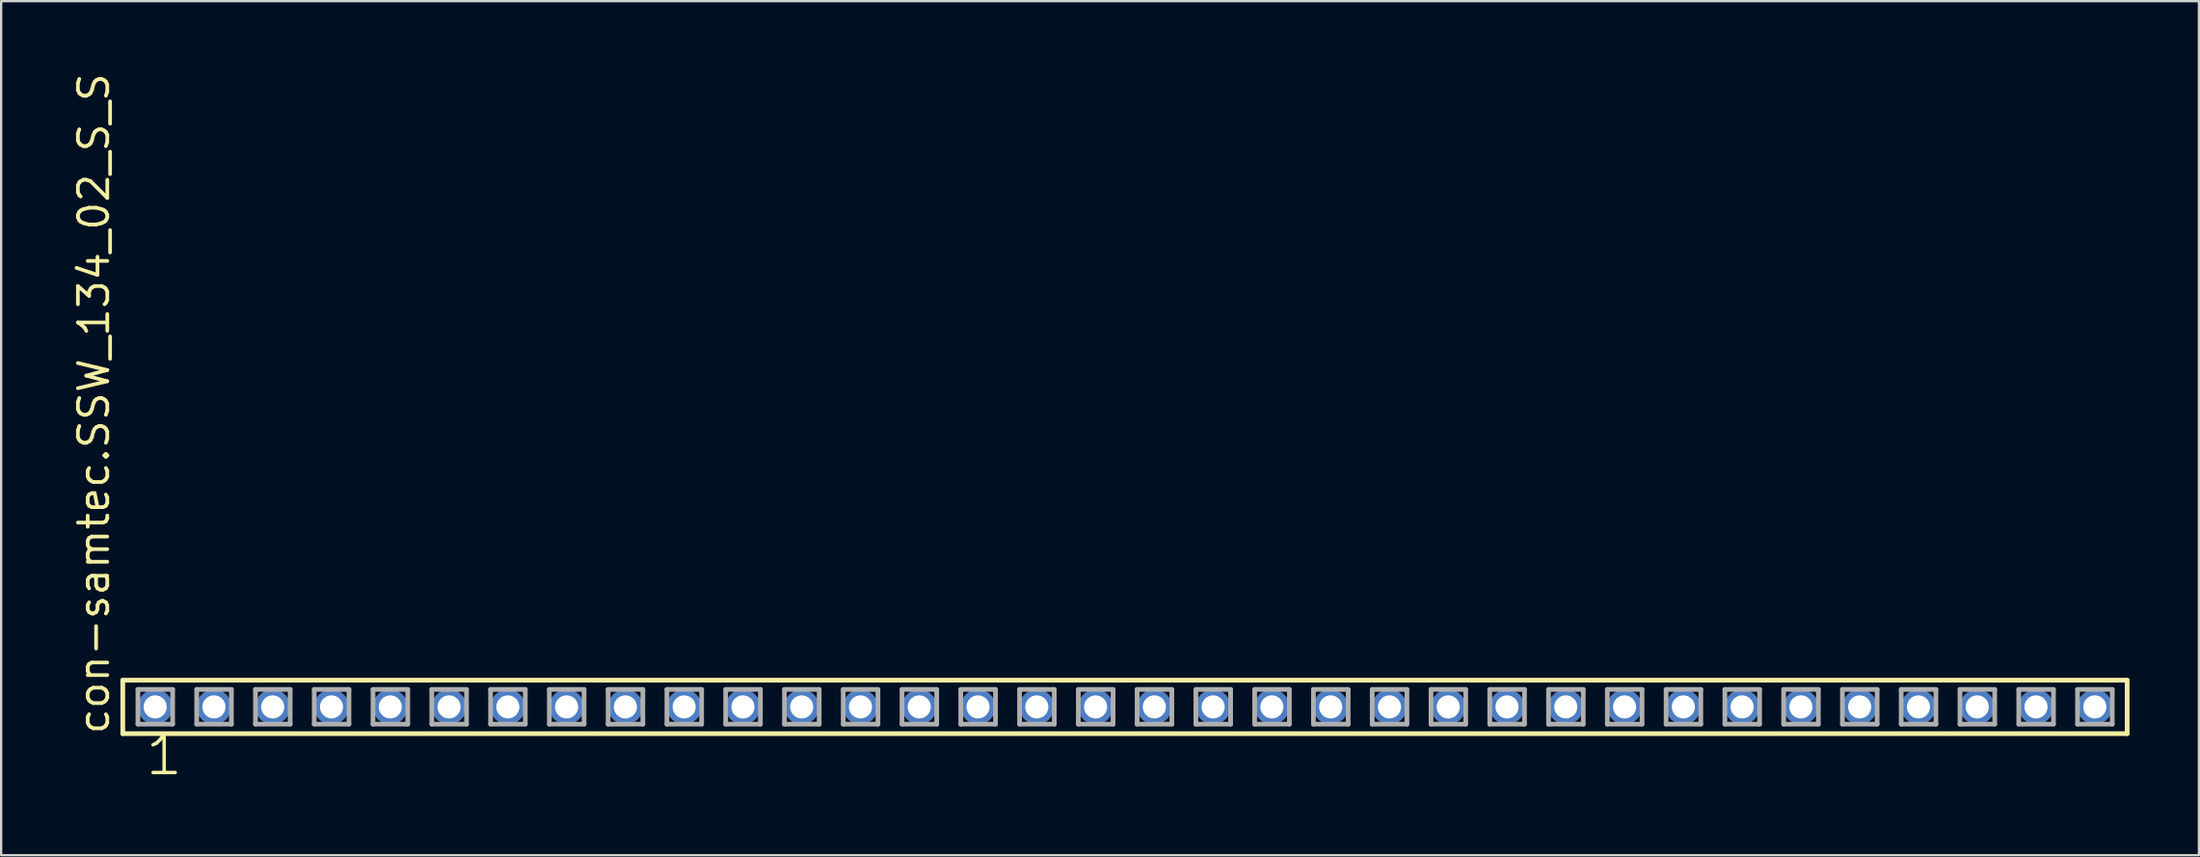
<source format=kicad_pcb>
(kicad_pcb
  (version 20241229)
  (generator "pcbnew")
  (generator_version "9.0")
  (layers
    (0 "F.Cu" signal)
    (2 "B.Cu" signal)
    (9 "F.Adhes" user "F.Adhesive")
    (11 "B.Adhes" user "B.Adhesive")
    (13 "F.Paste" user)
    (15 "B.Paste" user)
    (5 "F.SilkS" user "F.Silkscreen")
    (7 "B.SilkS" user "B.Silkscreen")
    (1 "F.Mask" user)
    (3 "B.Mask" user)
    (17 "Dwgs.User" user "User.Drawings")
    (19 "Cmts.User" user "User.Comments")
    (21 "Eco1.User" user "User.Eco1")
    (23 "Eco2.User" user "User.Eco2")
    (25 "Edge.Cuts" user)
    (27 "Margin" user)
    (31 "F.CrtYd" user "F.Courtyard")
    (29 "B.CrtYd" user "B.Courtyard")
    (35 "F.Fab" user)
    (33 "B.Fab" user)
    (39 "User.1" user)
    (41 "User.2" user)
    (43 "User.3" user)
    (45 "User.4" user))
  (footprint "con-samtec.SSW_134_02_S_S"
    (layer "F.Cu")
    (at 45.565 27.501)
    (property "Reference" "con-samtec.SSW_134_02_S_S" (at -43.815 1.27 90) (layer "F.SilkS") (effects (font (size 1.27 1.27) (thickness 0.16)) (justify left bottom)))
    (attr through_hole)
    (fp_line (start -43.309 -1.155) (end 43.309 -1.155) (stroke (width 0.203) (type default)) (layer "F.SilkS"))
    (fp_line (start -43.309 1.155) (end -43.309 -1.155) (stroke (width 0.203) (type default)) (layer "F.SilkS"))
    (fp_line (start 43.309 -1.155) (end 43.309 1.155) (stroke (width 0.203) (type default)) (layer "F.SilkS"))
    (fp_line (start 43.309 1.155) (end -43.309 1.155) (stroke (width 0.203) (type default)) (layer "F.SilkS"))
    (fp_line (start -42.655 -0.755) (end -41.155 -0.755) (stroke (width 0.203) (type default)) (layer "F.Fab"))
    (fp_line (start -42.655 0.745) (end -42.655 -0.755) (stroke (width 0.203) (type default)) (layer "F.Fab"))
    (fp_line (start -41.155 -0.755) (end -41.155 0.745) (stroke (width 0.203) (type default)) (layer "F.Fab"))
    (fp_line (start -41.155 0.745) (end -42.655 0.745) (stroke (width 0.203) (type default)) (layer "F.Fab"))
    (fp_line (start -40.115 -0.755) (end -38.615 -0.755) (stroke (width 0.203) (type default)) (layer "F.Fab"))
    (fp_line (start -40.115 0.745) (end -40.115 -0.755) (stroke (width 0.203) (type default)) (layer "F.Fab"))
    (fp_line (start -38.615 -0.755) (end -38.615 0.745) (stroke (width 0.203) (type default)) (layer "F.Fab"))
    (fp_line (start -38.615 0.745) (end -40.115 0.745) (stroke (width 0.203) (type default)) (layer "F.Fab"))
    (fp_line (start -37.575 -0.755) (end -36.075 -0.755) (stroke (width 0.203) (type default)) (layer "F.Fab"))
    (fp_line (start -37.575 0.745) (end -37.575 -0.755) (stroke (width 0.203) (type default)) (layer "F.Fab"))
    (fp_line (start -36.075 -0.755) (end -36.075 0.745) (stroke (width 0.203) (type default)) (layer "F.Fab"))
    (fp_line (start -36.075 0.745) (end -37.575 0.745) (stroke (width 0.203) (type default)) (layer "F.Fab"))
    (fp_line (start -35.035 -0.755) (end -33.535 -0.755) (stroke (width 0.203) (type default)) (layer "F.Fab"))
    (fp_line (start -35.035 0.745) (end -35.035 -0.755) (stroke (width 0.203) (type default)) (layer "F.Fab"))
    (fp_line (start -33.535 -0.755) (end -33.535 0.745) (stroke (width 0.203) (type default)) (layer "F.Fab"))
    (fp_line (start -33.535 0.745) (end -35.035 0.745) (stroke (width 0.203) (type default)) (layer "F.Fab"))
    (fp_line (start -32.495 -0.755) (end -30.995 -0.755) (stroke (width 0.203) (type default)) (layer "F.Fab"))
    (fp_line (start -32.495 0.745) (end -32.495 -0.755) (stroke (width 0.203) (type default)) (layer "F.Fab"))
    (fp_line (start -30.995 -0.755) (end -30.995 0.745) (stroke (width 0.203) (type default)) (layer "F.Fab"))
    (fp_line (start -30.995 0.745) (end -32.495 0.745) (stroke (width 0.203) (type default)) (layer "F.Fab"))
    (fp_line (start -29.955 -0.755) (end -28.455 -0.755) (stroke (width 0.203) (type default)) (layer "F.Fab"))
    (fp_line (start -29.955 0.745) (end -29.955 -0.755) (stroke (width 0.203) (type default)) (layer "F.Fab"))
    (fp_line (start -28.455 -0.755) (end -28.455 0.745) (stroke (width 0.203) (type default)) (layer "F.Fab"))
    (fp_line (start -28.455 0.745) (end -29.955 0.745) (stroke (width 0.203) (type default)) (layer "F.Fab"))
    (fp_line (start -27.415 -0.755) (end -25.915 -0.755) (stroke (width 0.203) (type default)) (layer "F.Fab"))
    (fp_line (start -27.415 0.745) (end -27.415 -0.755) (stroke (width 0.203) (type default)) (layer "F.Fab"))
    (fp_line (start -25.915 -0.755) (end -25.915 0.745) (stroke (width 0.203) (type default)) (layer "F.Fab"))
    (fp_line (start -25.915 0.745) (end -27.415 0.745) (stroke (width 0.203) (type default)) (layer "F.Fab"))
    (fp_line (start -24.875 -0.755) (end -23.375 -0.755) (stroke (width 0.203) (type default)) (layer "F.Fab"))
    (fp_line (start -24.875 0.745) (end -24.875 -0.755) (stroke (width 0.203) (type default)) (layer "F.Fab"))
    (fp_line (start -23.375 -0.755) (end -23.375 0.745) (stroke (width 0.203) (type default)) (layer "F.Fab"))
    (fp_line (start -23.375 0.745) (end -24.875 0.745) (stroke (width 0.203) (type default)) (layer "F.Fab"))
    (fp_line (start -22.335 -0.755) (end -20.835 -0.755) (stroke (width 0.203) (type default)) (layer "F.Fab"))
    (fp_line (start -22.335 0.745) (end -22.335 -0.755) (stroke (width 0.203) (type default)) (layer "F.Fab"))
    (fp_line (start -20.835 -0.755) (end -20.835 0.745) (stroke (width 0.203) (type default)) (layer "F.Fab"))
    (fp_line (start -20.835 0.745) (end -22.335 0.745) (stroke (width 0.203) (type default)) (layer "F.Fab"))
    (fp_line (start -19.795 -0.755) (end -18.295 -0.755) (stroke (width 0.203) (type default)) (layer "F.Fab"))
    (fp_line (start -19.795 0.745) (end -19.795 -0.755) (stroke (width 0.203) (type default)) (layer "F.Fab"))
    (fp_line (start -18.295 -0.755) (end -18.295 0.745) (stroke (width 0.203) (type default)) (layer "F.Fab"))
    (fp_line (start -18.295 0.745) (end -19.795 0.745) (stroke (width 0.203) (type default)) (layer "F.Fab"))
    (fp_line (start -17.255 -0.755) (end -15.755 -0.755) (stroke (width 0.203) (type default)) (layer "F.Fab"))
    (fp_line (start -17.255 0.745) (end -17.255 -0.755) (stroke (width 0.203) (type default)) (layer "F.Fab"))
    (fp_line (start -15.755 -0.755) (end -15.755 0.745) (stroke (width 0.203) (type default)) (layer "F.Fab"))
    (fp_line (start -15.755 0.745) (end -17.255 0.745) (stroke (width 0.203) (type default)) (layer "F.Fab"))
    (fp_line (start -14.715 -0.755) (end -13.215 -0.755) (stroke (width 0.203) (type default)) (layer "F.Fab"))
    (fp_line (start -14.715 0.745) (end -14.715 -0.755) (stroke (width 0.203) (type default)) (layer "F.Fab"))
    (fp_line (start -13.215 -0.755) (end -13.215 0.745) (stroke (width 0.203) (type default)) (layer "F.Fab"))
    (fp_line (start -13.215 0.745) (end -14.715 0.745) (stroke (width 0.203) (type default)) (layer "F.Fab"))
    (fp_line (start -12.175 -0.755) (end -10.675 -0.755) (stroke (width 0.203) (type default)) (layer "F.Fab"))
    (fp_line (start -12.175 0.745) (end -12.175 -0.755) (stroke (width 0.203) (type default)) (layer "F.Fab"))
    (fp_line (start -10.675 -0.755) (end -10.675 0.745) (stroke (width 0.203) (type default)) (layer "F.Fab"))
    (fp_line (start -10.675 0.745) (end -12.175 0.745) (stroke (width 0.203) (type default)) (layer "F.Fab"))
    (fp_line (start -9.635 -0.755) (end -8.135 -0.755) (stroke (width 0.203) (type default)) (layer "F.Fab"))
    (fp_line (start -9.635 0.745) (end -9.635 -0.755) (stroke (width 0.203) (type default)) (layer "F.Fab"))
    (fp_line (start -8.135 -0.755) (end -8.135 0.745) (stroke (width 0.203) (type default)) (layer "F.Fab"))
    (fp_line (start -8.135 0.745) (end -9.635 0.745) (stroke (width 0.203) (type default)) (layer "F.Fab"))
    (fp_line (start -7.095 -0.755) (end -5.595 -0.755) (stroke (width 0.203) (type default)) (layer "F.Fab"))
    (fp_line (start -7.095 0.745) (end -7.095 -0.755) (stroke (width 0.203) (type default)) (layer "F.Fab"))
    (fp_line (start -5.595 -0.755) (end -5.595 0.745) (stroke (width 0.203) (type default)) (layer "F.Fab"))
    (fp_line (start -5.595 0.745) (end -7.095 0.745) (stroke (width 0.203) (type default)) (layer "F.Fab"))
    (fp_line (start -4.555 -0.755) (end -3.055 -0.755) (stroke (width 0.203) (type default)) (layer "F.Fab"))
    (fp_line (start -4.555 0.745) (end -4.555 -0.755) (stroke (width 0.203) (type default)) (layer "F.Fab"))
    (fp_line (start -3.055 -0.755) (end -3.055 0.745) (stroke (width 0.203) (type default)) (layer "F.Fab"))
    (fp_line (start -3.055 0.745) (end -4.555 0.745) (stroke (width 0.203) (type default)) (layer "F.Fab"))
    (fp_line (start -2.015 -0.755) (end -0.515 -0.755) (stroke (width 0.203) (type default)) (layer "F.Fab"))
    (fp_line (start -2.015 0.745) (end -2.015 -0.755) (stroke (width 0.203) (type default)) (layer "F.Fab"))
    (fp_line (start -0.515 -0.755) (end -0.515 0.745) (stroke (width 0.203) (type default)) (layer "F.Fab"))
    (fp_line (start -0.515 0.745) (end -2.015 0.745) (stroke (width 0.203) (type default)) (layer "F.Fab"))
    (fp_line (start 0.525 -0.755) (end 2.025 -0.755) (stroke (width 0.203) (type default)) (layer "F.Fab"))
    (fp_line (start 0.525 0.745) (end 0.525 -0.755) (stroke (width 0.203) (type default)) (layer "F.Fab"))
    (fp_line (start 2.025 -0.755) (end 2.025 0.745) (stroke (width 0.203) (type default)) (layer "F.Fab"))
    (fp_line (start 2.025 0.745) (end 0.525 0.745) (stroke (width 0.203) (type default)) (layer "F.Fab"))
    (fp_line (start 3.065 -0.755) (end 4.565 -0.755) (stroke (width 0.203) (type default)) (layer "F.Fab"))
    (fp_line (start 3.065 0.745) (end 3.065 -0.755) (stroke (width 0.203) (type default)) (layer "F.Fab"))
    (fp_line (start 4.565 -0.755) (end 4.565 0.745) (stroke (width 0.203) (type default)) (layer "F.Fab"))
    (fp_line (start 4.565 0.745) (end 3.065 0.745) (stroke (width 0.203) (type default)) (layer "F.Fab"))
    (fp_line (start 5.605 -0.755) (end 7.105 -0.755) (stroke (width 0.203) (type default)) (layer "F.Fab"))
    (fp_line (start 5.605 0.745) (end 5.605 -0.755) (stroke (width 0.203) (type default)) (layer "F.Fab"))
    (fp_line (start 7.105 -0.755) (end 7.105 0.745) (stroke (width 0.203) (type default)) (layer "F.Fab"))
    (fp_line (start 7.105 0.745) (end 5.605 0.745) (stroke (width 0.203) (type default)) (layer "F.Fab"))
    (fp_line (start 8.145 -0.755) (end 9.645 -0.755) (stroke (width 0.203) (type default)) (layer "F.Fab"))
    (fp_line (start 8.145 0.745) (end 8.145 -0.755) (stroke (width 0.203) (type default)) (layer "F.Fab"))
    (fp_line (start 9.645 -0.755) (end 9.645 0.745) (stroke (width 0.203) (type default)) (layer "F.Fab"))
    (fp_line (start 9.645 0.745) (end 8.145 0.745) (stroke (width 0.203) (type default)) (layer "F.Fab"))
    (fp_line (start 10.685 -0.755) (end 12.185 -0.755) (stroke (width 0.203) (type default)) (layer "F.Fab"))
    (fp_line (start 10.685 0.745) (end 10.685 -0.755) (stroke (width 0.203) (type default)) (layer "F.Fab"))
    (fp_line (start 12.185 -0.755) (end 12.185 0.745) (stroke (width 0.203) (type default)) (layer "F.Fab"))
    (fp_line (start 12.185 0.745) (end 10.685 0.745) (stroke (width 0.203) (type default)) (layer "F.Fab"))
    (fp_line (start 13.225 -0.755) (end 14.725 -0.755) (stroke (width 0.203) (type default)) (layer "F.Fab"))
    (fp_line (start 13.225 0.745) (end 13.225 -0.755) (stroke (width 0.203) (type default)) (layer "F.Fab"))
    (fp_line (start 14.725 -0.755) (end 14.725 0.745) (stroke (width 0.203) (type default)) (layer "F.Fab"))
    (fp_line (start 14.725 0.745) (end 13.225 0.745) (stroke (width 0.203) (type default)) (layer "F.Fab"))
    (fp_line (start 15.765 -0.755) (end 17.265 -0.755) (stroke (width 0.203) (type default)) (layer "F.Fab"))
    (fp_line (start 15.765 0.745) (end 15.765 -0.755) (stroke (width 0.203) (type default)) (layer "F.Fab"))
    (fp_line (start 17.265 -0.755) (end 17.265 0.745) (stroke (width 0.203) (type default)) (layer "F.Fab"))
    (fp_line (start 17.265 0.745) (end 15.765 0.745) (stroke (width 0.203) (type default)) (layer "F.Fab"))
    (fp_line (start 18.305 -0.755) (end 19.805 -0.755) (stroke (width 0.203) (type default)) (layer "F.Fab"))
    (fp_line (start 18.305 0.745) (end 18.305 -0.755) (stroke (width 0.203) (type default)) (layer "F.Fab"))
    (fp_line (start 19.805 -0.755) (end 19.805 0.745) (stroke (width 0.203) (type default)) (layer "F.Fab"))
    (fp_line (start 19.805 0.745) (end 18.305 0.745) (stroke (width 0.203) (type default)) (layer "F.Fab"))
    (fp_line (start 20.845 -0.755) (end 22.345 -0.755) (stroke (width 0.203) (type default)) (layer "F.Fab"))
    (fp_line (start 20.845 0.745) (end 20.845 -0.755) (stroke (width 0.203) (type default)) (layer "F.Fab"))
    (fp_line (start 22.345 -0.755) (end 22.345 0.745) (stroke (width 0.203) (type default)) (layer "F.Fab"))
    (fp_line (start 22.345 0.745) (end 20.845 0.745) (stroke (width 0.203) (type default)) (layer "F.Fab"))
    (fp_line (start 23.385 -0.755) (end 24.885 -0.755) (stroke (width 0.203) (type default)) (layer "F.Fab"))
    (fp_line (start 23.385 0.745) (end 23.385 -0.755) (stroke (width 0.203) (type default)) (layer "F.Fab"))
    (fp_line (start 24.885 -0.755) (end 24.885 0.745) (stroke (width 0.203) (type default)) (layer "F.Fab"))
    (fp_line (start 24.885 0.745) (end 23.385 0.745) (stroke (width 0.203) (type default)) (layer "F.Fab"))
    (fp_line (start 25.925 -0.755) (end 27.425 -0.755) (stroke (width 0.203) (type default)) (layer "F.Fab"))
    (fp_line (start 25.925 0.745) (end 25.925 -0.755) (stroke (width 0.203) (type default)) (layer "F.Fab"))
    (fp_line (start 27.425 -0.755) (end 27.425 0.745) (stroke (width 0.203) (type default)) (layer "F.Fab"))
    (fp_line (start 27.425 0.745) (end 25.925 0.745) (stroke (width 0.203) (type default)) (layer "F.Fab"))
    (fp_line (start 28.465 -0.755) (end 29.965 -0.755) (stroke (width 0.203) (type default)) (layer "F.Fab"))
    (fp_line (start 28.465 0.745) (end 28.465 -0.755) (stroke (width 0.203) (type default)) (layer "F.Fab"))
    (fp_line (start 29.965 -0.755) (end 29.965 0.745) (stroke (width 0.203) (type default)) (layer "F.Fab"))
    (fp_line (start 29.965 0.745) (end 28.465 0.745) (stroke (width 0.203) (type default)) (layer "F.Fab"))
    (fp_line (start 31.005 -0.755) (end 32.505 -0.755) (stroke (width 0.203) (type default)) (layer "F.Fab"))
    (fp_line (start 31.005 0.745) (end 31.005 -0.755) (stroke (width 0.203) (type default)) (layer "F.Fab"))
    (fp_line (start 32.505 -0.755) (end 32.505 0.745) (stroke (width 0.203) (type default)) (layer "F.Fab"))
    (fp_line (start 32.505 0.745) (end 31.005 0.745) (stroke (width 0.203) (type default)) (layer "F.Fab"))
    (fp_line (start 33.545 -0.755) (end 35.045 -0.755) (stroke (width 0.203) (type default)) (layer "F.Fab"))
    (fp_line (start 33.545 0.745) (end 33.545 -0.755) (stroke (width 0.203) (type default)) (layer "F.Fab"))
    (fp_line (start 35.045 -0.755) (end 35.045 0.745) (stroke (width 0.203) (type default)) (layer "F.Fab"))
    (fp_line (start 35.045 0.745) (end 33.545 0.745) (stroke (width 0.203) (type default)) (layer "F.Fab"))
    (fp_line (start 36.085 -0.755) (end 37.585 -0.755) (stroke (width 0.203) (type default)) (layer "F.Fab"))
    (fp_line (start 36.085 0.745) (end 36.085 -0.755) (stroke (width 0.203) (type default)) (layer "F.Fab"))
    (fp_line (start 37.585 -0.755) (end 37.585 0.745) (stroke (width 0.203) (type default)) (layer "F.Fab"))
    (fp_line (start 37.585 0.745) (end 36.085 0.745) (stroke (width 0.203) (type default)) (layer "F.Fab"))
    (fp_line (start 38.625 -0.755) (end 40.125 -0.755) (stroke (width 0.203) (type default)) (layer "F.Fab"))
    (fp_line (start 38.625 0.745) (end 38.625 -0.755) (stroke (width 0.203) (type default)) (layer "F.Fab"))
    (fp_line (start 40.125 -0.755) (end 40.125 0.745) (stroke (width 0.203) (type default)) (layer "F.Fab"))
    (fp_line (start 40.125 0.745) (end 38.625 0.745) (stroke (width 0.203) (type default)) (layer "F.Fab"))
    (fp_line (start 41.165 -0.755) (end 42.665 -0.755) (stroke (width 0.203) (type default)) (layer "F.Fab"))
    (fp_line (start 41.165 0.745) (end 41.165 -0.755) (stroke (width 0.203) (type default)) (layer "F.Fab"))
    (fp_line (start 42.665 -0.755) (end 42.665 0.745) (stroke (width 0.203) (type default)) (layer "F.Fab"))
    (fp_line (start 42.665 0.745) (end 41.165 0.745) (stroke (width 0.203) (type default)) (layer "F.Fab"))
    (fp_text user "1" (at -42.418 3.048 0) (layer "F.SilkS") (effects (font (size 1.676 1.676) (thickness 0.15)) (justify left bottom)))
    (pad "1" thru_hole circle (at -41.91 0) (size 1.5 1.5) (drill 1) (layers "*.Cu" "*.Mask"))
    (pad "2" thru_hole circle (at -39.37 0) (size 1.5 1.5) (drill 1) (layers "*.Cu" "*.Mask"))
    (pad "3" thru_hole circle (at -36.83 0) (size 1.5 1.5) (drill 1) (layers "*.Cu" "*.Mask"))
    (pad "4" thru_hole circle (at -34.29 0) (size 1.5 1.5) (drill 1) (layers "*.Cu" "*.Mask"))
    (pad "5" thru_hole circle (at -31.75 0) (size 1.5 1.5) (drill 1) (layers "*.Cu" "*.Mask"))
    (pad "6" thru_hole circle (at -29.21 0) (size 1.5 1.5) (drill 1) (layers "*.Cu" "*.Mask"))
    (pad "7" thru_hole circle (at -26.67 0) (size 1.5 1.5) (drill 1) (layers "*.Cu" "*.Mask"))
    (pad "8" thru_hole circle (at -24.13 0) (size 1.5 1.5) (drill 1) (layers "*.Cu" "*.Mask"))
    (pad "9" thru_hole circle (at -21.59 0) (size 1.5 1.5) (drill 1) (layers "*.Cu" "*.Mask"))
    (pad "10" thru_hole circle (at -19.05 0) (size 1.5 1.5) (drill 1) (layers "*.Cu" "*.Mask"))
    (pad "11" thru_hole circle (at -16.51 0) (size 1.5 1.5) (drill 1) (layers "*.Cu" "*.Mask"))
    (pad "12" thru_hole circle (at -13.97 0) (size 1.5 1.5) (drill 1) (layers "*.Cu" "*.Mask"))
    (pad "13" thru_hole circle (at -11.43 0) (size 1.5 1.5) (drill 1) (layers "*.Cu" "*.Mask"))
    (pad "14" thru_hole circle (at -8.89 0) (size 1.5 1.5) (drill 1) (layers "*.Cu" "*.Mask"))
    (pad "15" thru_hole circle (at -6.35 0) (size 1.5 1.5) (drill 1) (layers "*.Cu" "*.Mask"))
    (pad "16" thru_hole circle (at -3.81 0) (size 1.5 1.5) (drill 1) (layers "*.Cu" "*.Mask"))
    (pad "17" thru_hole circle (at -1.27 0) (size 1.5 1.5) (drill 1) (layers "*.Cu" "*.Mask"))
    (pad "18" thru_hole circle (at 1.27 0) (size 1.5 1.5) (drill 1) (layers "*.Cu" "*.Mask"))
    (pad "19" thru_hole circle (at 3.81 0) (size 1.5 1.5) (drill 1) (layers "*.Cu" "*.Mask"))
    (pad "20" thru_hole circle (at 6.35 0) (size 1.5 1.5) (drill 1) (layers "*.Cu" "*.Mask"))
    (pad "21" thru_hole circle (at 8.89 0) (size 1.5 1.5) (drill 1) (layers "*.Cu" "*.Mask"))
    (pad "22" thru_hole circle (at 11.43 0) (size 1.5 1.5) (drill 1) (layers "*.Cu" "*.Mask"))
    (pad "23" thru_hole circle (at 13.97 0) (size 1.5 1.5) (drill 1) (layers "*.Cu" "*.Mask"))
    (pad "24" thru_hole circle (at 16.51 0) (size 1.5 1.5) (drill 1) (layers "*.Cu" "*.Mask"))
    (pad "25" thru_hole circle (at 19.05 0) (size 1.5 1.5) (drill 1) (layers "*.Cu" "*.Mask"))
    (pad "26" thru_hole circle (at 21.59 0) (size 1.5 1.5) (drill 1) (layers "*.Cu" "*.Mask"))
    (pad "27" thru_hole circle (at 24.13 0) (size 1.5 1.5) (drill 1) (layers "*.Cu" "*.Mask"))
    (pad "28" thru_hole circle (at 26.67 0) (size 1.5 1.5) (drill 1) (layers "*.Cu" "*.Mask"))
    (pad "29" thru_hole circle (at 29.21 0) (size 1.5 1.5) (drill 1) (layers "*.Cu" "*.Mask"))
    (pad "30" thru_hole circle (at 31.75 0) (size 1.5 1.5) (drill 1) (layers "*.Cu" "*.Mask"))
    (pad "31" thru_hole circle (at 34.29 0) (size 1.5 1.5) (drill 1) (layers "*.Cu" "*.Mask"))
    (pad "32" thru_hole circle (at 36.83 0) (size 1.5 1.5) (drill 1) (layers "*.Cu" "*.Mask"))
    (pad "33" thru_hole circle (at 39.37 0) (size 1.5 1.5) (drill 1) (layers "*.Cu" "*.Mask"))
    (pad "34" thru_hole circle (at 41.91 0) (size 1.5 1.5) (drill 1) (layers "*.Cu" "*.Mask")))
  (gr_rect
    (start -3 -3)
    (end 91.976 33.91)
    (stroke (width 0.1) (type default))
    (fill no)
    (layer "Edge.Cuts")))
</source>
